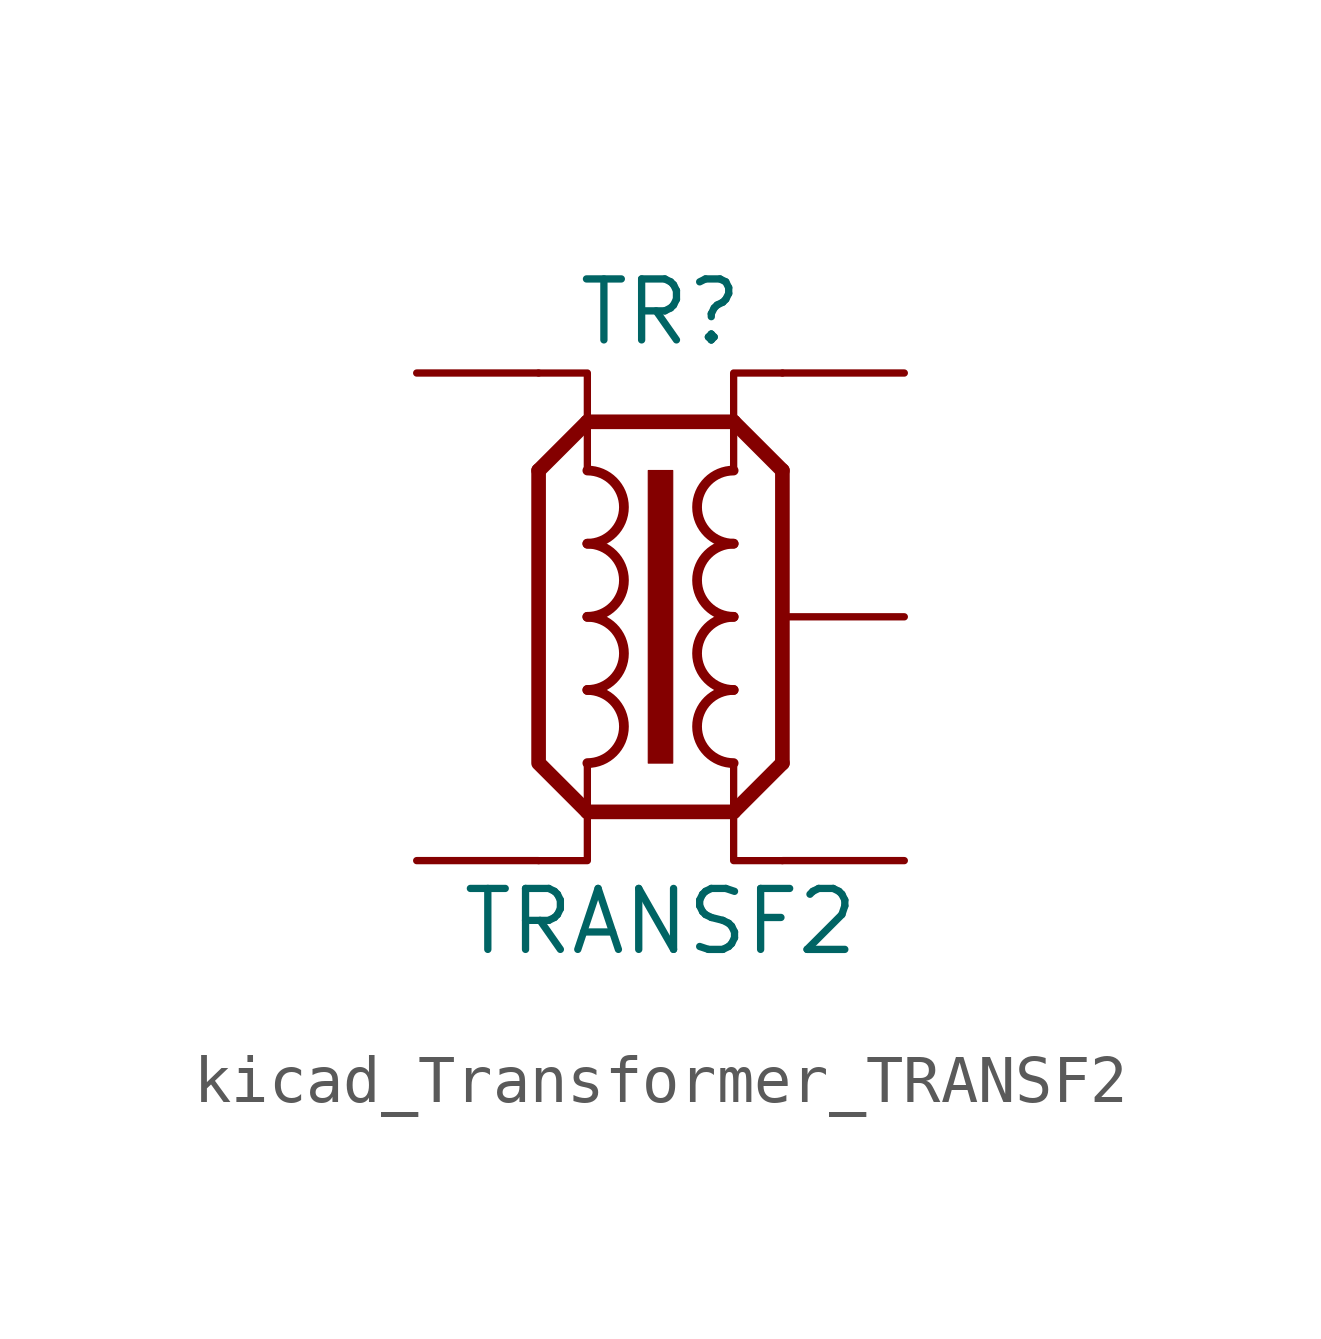
<source format=kicad_sym>
(kicad_symbol_lib
  (version 20220914)
  (generator kicad_symbol_editor)
  (symbol "kicad_Transformer_TRANSF2"
    (pin_numbers hide)
    (pin_names
      (offset 0))
    (property "Reference" "TR"
      (at 0 6.35 0)
      (effects (font (size 1.27 1.27))))
    (property "Value" "TRANSF2"
      (at 0 -6.35 0)
      (effects (font (size 1.27 1.27))))
    (symbol "kicad_Transformer_TRANSF2_0_1"
      (arc (start -1.524 -3.048) (mid -0.7653 -2.286) (end -1.524 -1.524) (stroke (width 0.2032) (type default)) (fill (type none)))
      (arc (start -1.524 -1.524) (mid -0.7653 -0.762) (end -1.524 0) (stroke (width 0.2032) (type default)) (fill (type none)))
      (arc (start -1.524 0) (mid -0.7653 0.762) (end -1.524 1.524) (stroke (width 0.2032) (type default)) (fill (type none)))
      (arc (start -1.524 1.524) (mid -0.7653 2.286) (end -1.524 3.048) (stroke (width 0.2032) (type default)) (fill (type none)))
      (rectangle (start -0.254 3.048) (end 0.254 -3.048) (stroke (width 0.025) (type default)) (fill (type outline)))
      (polyline (pts (xy -2.54 3.048) (xy -1.524 4.064) (xy -1.524 4.064)) (stroke (width 0.305) (type default)) (fill (type none)))
      (polyline (pts (xy 2.54 -3.048) (xy 1.524 -4.064) (xy 1.524 -4.064)) (stroke (width 0.305) (type default)) (fill (type none)))
      (polyline (pts (xy 2.54 3.048) (xy 2.54 -3.048) (xy 2.54 -3.048)) (stroke (width 0.305) (type default)) (fill (type none)))
      (polyline (pts (xy -2.54 5.08) (xy -1.524 5.08) (xy -1.524 3.048) (xy -1.524 3.048)) (stroke (width 0.152) (type default)) (fill (type none)))
      (polyline (pts (xy -1.524 -4.064) (xy -2.54 -3.048) (xy -2.54 3.048) (xy -2.54 3.048)) (stroke (width 0.305) (type default)) (fill (type none)))
      (polyline (pts (xy -1.524 -3.048) (xy -1.524 -5.08) (xy -2.54 -5.08) (xy -2.54 -5.08)) (stroke (width 0.152) (type default)) (fill (type none)))
      (polyline (pts (xy -1.524 4.064) (xy 1.524 4.064) (xy 1.524 4.064) (xy 1.524 4.064)) (stroke (width 0.305) (type default)) (fill (type none)))
      (polyline (pts (xy 1.524 -4.064) (xy -1.524 -4.064) (xy -1.524 -4.064) (xy -1.524 -4.064)) (stroke (width 0.305) (type default)) (fill (type none)))
      (polyline (pts (xy 1.524 3.048) (xy 1.524 5.08) (xy 2.54 5.08) (xy 2.54 5.08)) (stroke (width 0.152) (type default)) (fill (type none)))
      (polyline (pts (xy 2.54 -5.08) (xy 1.524 -5.08) (xy 1.524 -3.048) (xy 1.524 -3.048)) (stroke (width 0.152) (type default)) (fill (type none)))
      (polyline (pts (xy 1.524 4.064) (xy 2.54 3.048) (xy 2.54 3.048) (xy 2.54 3.048) (xy 2.54 3.048)) (stroke (width 0.305) (type default)) (fill (type none)))
      (arc (start 1.524 -1.524) (mid 0.7653 -2.286) (end 1.524 -3.048) (stroke (width 0.2032) (type default)) (fill (type none)))
      (arc (start 1.524 0) (mid 0.7653 -0.762) (end 1.524 -1.524) (stroke (width 0.2032) (type default)) (fill (type none)))
      (arc (start 1.524 1.524) (mid 0.7653 0.762) (end 1.524 0) (stroke (width 0.2032) (type default)) (fill (type none)))
      (arc (start 1.524 3.048) (mid 0.7653 2.286) (end 1.524 1.524) (stroke (width 0.2032) (type default)) (fill (type none))))
    (symbol "kicad_Transformer_TRANSF2_1_1"
      (pin passive line (at 5.08 0 180) (length 2.54) (name "~" (effects (font (size 1.27 1.27)))) (number "0" (effects (font (size 1.27 1.27)))))
      (pin passive line (at -5.08 5.08 0) (length 2.54) (name "~" (effects (font (size 1.27 1.27)))) (number "1" (effects (font (size 1.27 1.27)))))
      (pin passive line (at -5.08 -5.08 0) (length 2.54) (name "~" (effects (font (size 1.27 1.27)))) (number "2" (effects (font (size 1.27 1.27)))))
      (pin passive line (at 5.08 -5.08 180) (length 2.54) (name "~" (effects (font (size 1.27 1.27)))) (number "3" (effects (font (size 1.27 1.27)))))
      (pin passive line (at 5.08 5.08 180) (length 2.54) (name "~" (effects (font (size 1.27 1.27)))) (number "4" (effects (font (size 1.27 1.27))))))))
</source>
